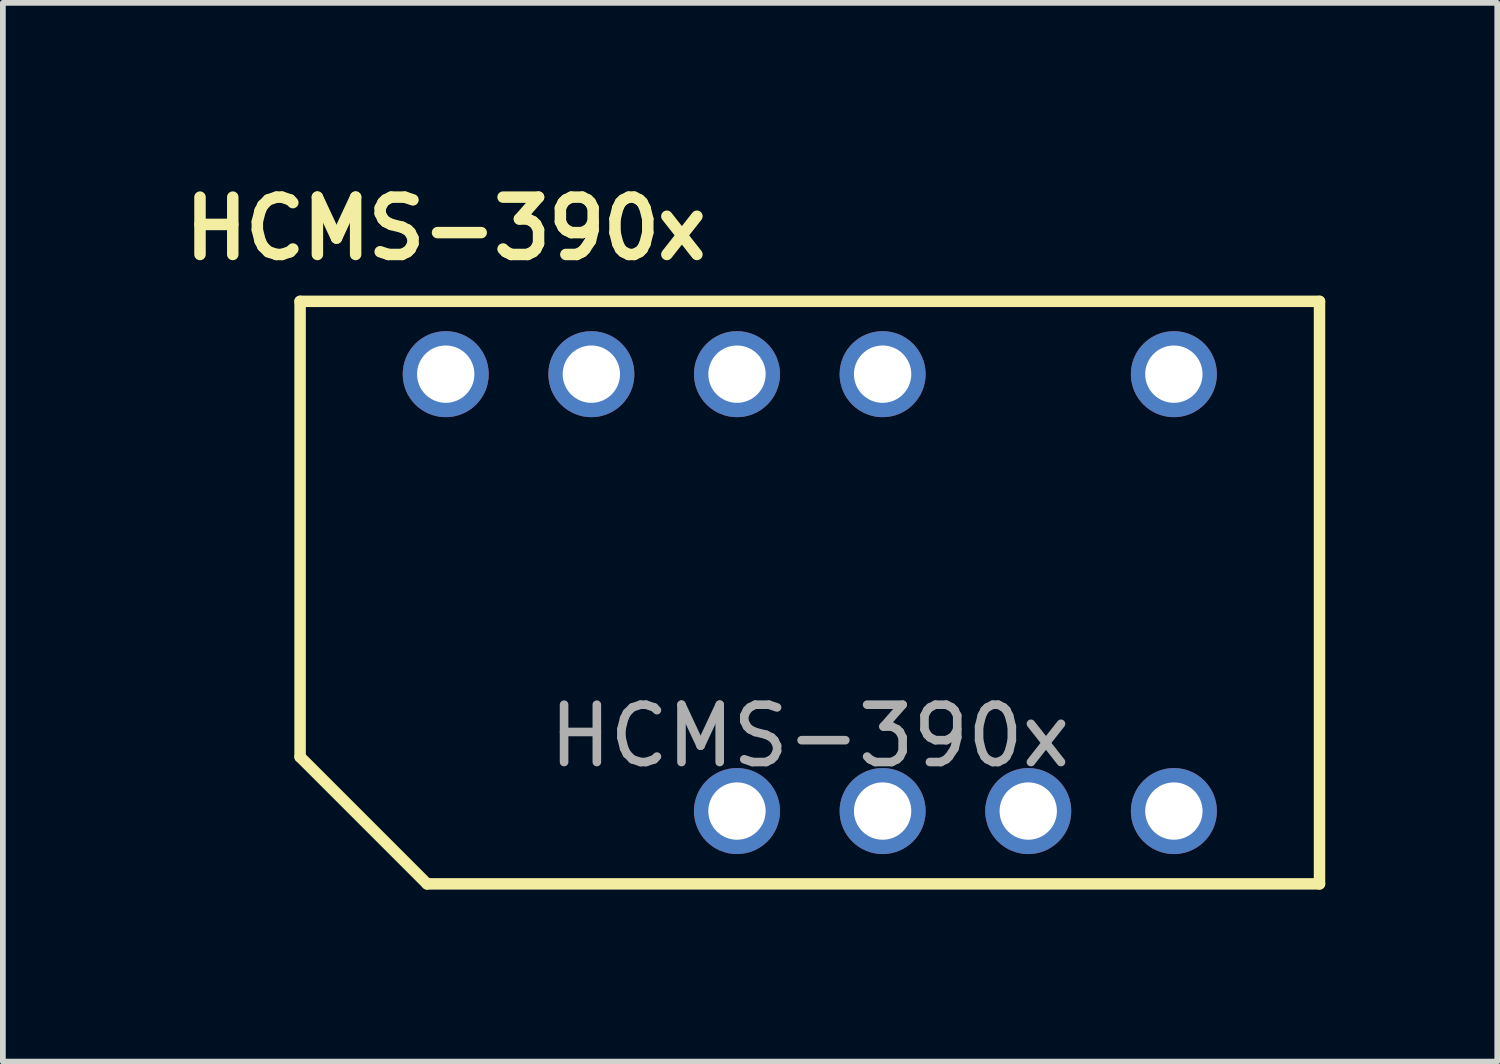
<source format=kicad_pcb>
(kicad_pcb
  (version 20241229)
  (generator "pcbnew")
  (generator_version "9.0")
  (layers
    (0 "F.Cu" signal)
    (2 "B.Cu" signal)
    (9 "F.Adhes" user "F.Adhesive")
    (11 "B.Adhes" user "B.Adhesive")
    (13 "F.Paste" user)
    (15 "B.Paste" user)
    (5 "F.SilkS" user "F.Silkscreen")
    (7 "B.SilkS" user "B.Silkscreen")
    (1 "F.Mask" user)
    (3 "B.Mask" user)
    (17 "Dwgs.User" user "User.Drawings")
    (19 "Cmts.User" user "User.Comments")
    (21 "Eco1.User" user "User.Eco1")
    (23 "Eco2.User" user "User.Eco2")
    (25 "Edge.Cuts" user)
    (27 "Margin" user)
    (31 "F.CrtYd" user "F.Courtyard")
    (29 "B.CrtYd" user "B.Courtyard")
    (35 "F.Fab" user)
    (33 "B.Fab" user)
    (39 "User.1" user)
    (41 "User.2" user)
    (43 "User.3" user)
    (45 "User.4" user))
  (footprint "HCMS-390x"
    (layer "F.Cu")
    (at 11.074 7.286)
    (property "Reference" "HCMS-390x" (at -6.35 -6.35 0) (unlocked yes) (layer "F.SilkS") (effects (font (size 1 1) (thickness 0.2) (bold yes))))
    (attr smd)
    (fp_line (start -8.89 -5.08) (end -8.89 2.865) (stroke (width 0.2) (type default)) (layer "F.SilkS"))
    (fp_line (start -8.89 -5.08) (end 8.89 -5.08) (stroke (width 0.2) (type default)) (layer "F.SilkS"))
    (fp_line (start -6.675 5.08) (end -8.89 2.865) (stroke (width 0.2) (type default)) (layer "F.SilkS"))
    (fp_line (start 8.89 -5.08) (end 8.89 5.08) (stroke (width 0.2) (type default)) (layer "F.SilkS"))
    (fp_line (start 8.89 5.08) (end -6.675 5.08) (stroke (width 0.2) (type default)) (layer "F.SilkS"))
    (fp_text user "${REFERENCE}" (at 0 2.5 0) (unlocked yes) (layer "F.Fab") (effects (font (size 1 1) (thickness 0.15))))
    (pad "3" thru_hole circle (at -1.27 3.81 90) (size 1.5 1.5) (drill 1) (layers "*.Cu" "B.Mask"))
    (pad "4" thru_hole circle (at 1.27 3.81 90) (size 1.5 1.5) (drill 1) (layers "*.Cu" "B.Mask"))
    (pad "5" thru_hole circle (at 3.81 3.81 90) (size 1.5 1.5) (drill 1) (layers "*.Cu" "B.Mask"))
    (pad "6" thru_hole circle (at 6.35 3.81 90) (size 1.5 1.5) (drill 1) (layers "*.Cu" "B.Mask"))
    (pad "7" thru_hole circle (at 6.35 -3.81 90) (size 1.5 1.5) (drill 1) (layers "*.Cu" "B.Mask"))
    (pad "9" thru_hole circle (at 1.27 -3.81 90) (size 1.5 1.5) (drill 1) (layers "*.Cu" "B.Mask"))
    (pad "10" thru_hole circle (at -1.27 -3.81 90) (size 1.5 1.5) (drill 1) (layers "*.Cu" "B.Mask"))
    (pad "11" thru_hole circle (at -3.81 -3.81 90) (size 1.5 1.5) (drill 1) (layers "*.Cu" "B.Mask"))
    (pad "12" thru_hole circle (at -6.35 -3.81 90) (size 1.5 1.5) (drill 1) (layers "*.Cu" "B.Mask")))
  (gr_rect
    (start -3 -3)
    (end 23.064 15.466)
    (stroke (width 0.1) (type default))
    (fill no)
    (layer "Edge.Cuts")))
</source>
